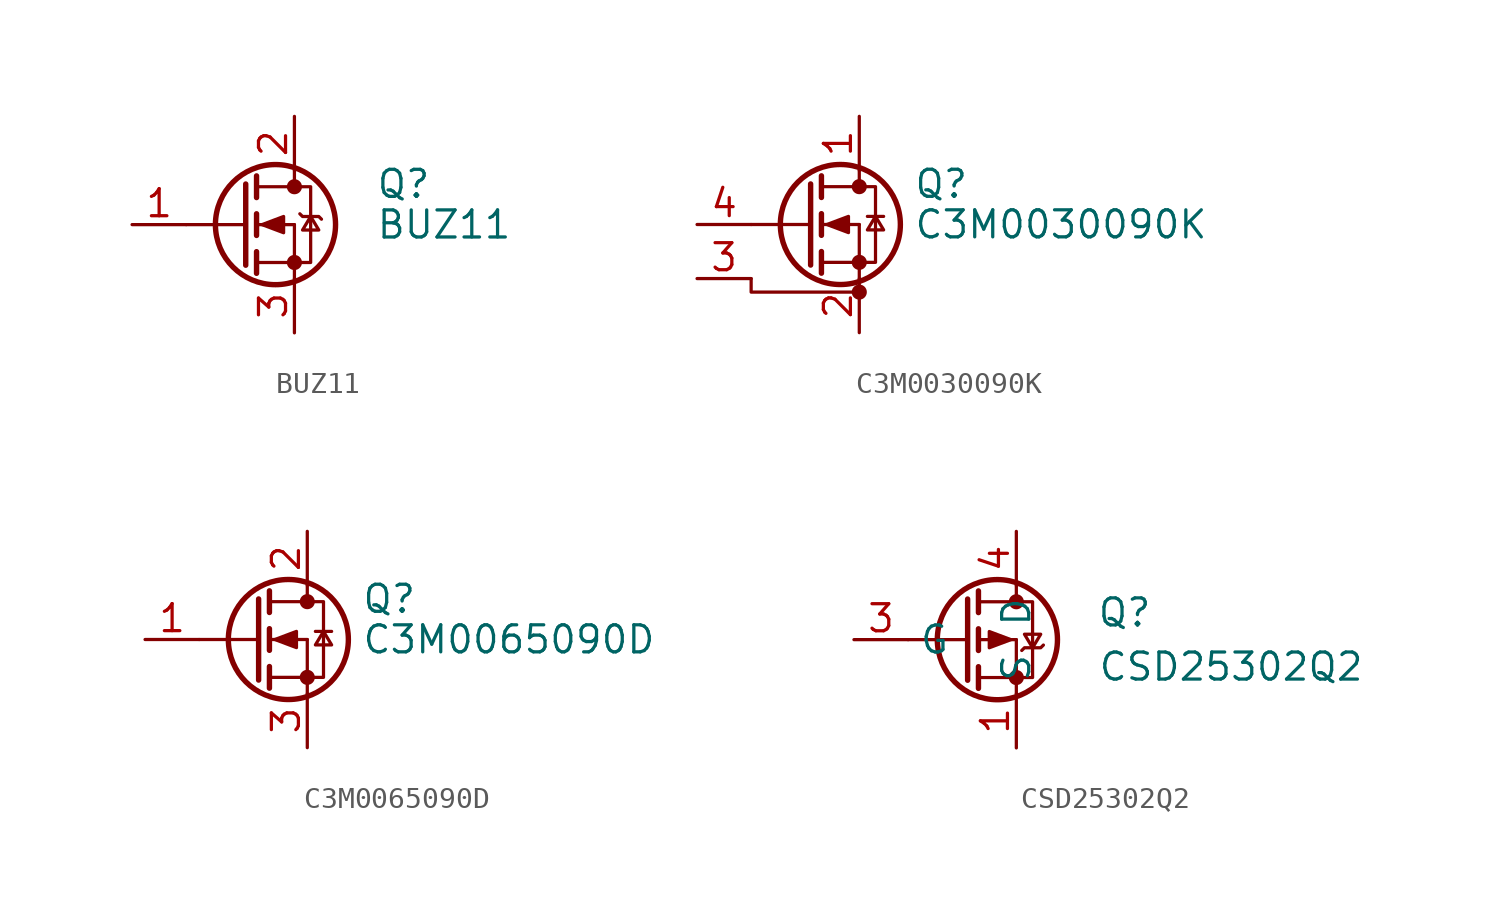
<source format=kicad_sym>
(kicad_symbol_lib
  (version 20201005)
  (generator kicad_symbol_editor)
  (symbol "BUZ11"
    (pin_names
      (offset 0) hide)
    (property "Reference" "Q"
      (at 6.35 1.905 0)
      (effects (font (size 1.27 1.27)) (justify left)))
    (property "Value" "BUZ11"
      (at 6.35 0 0)
      (effects (font (size 1.27 1.27)) (justify left)))
    (symbol "BUZ11_0_1"
      (circle (center 1.651 0) (radius 2.819) (stroke (width 0.254)) (fill (type none)))
      (circle (center 2.54 -1.778) (radius 0.279) (stroke (width 0)) (fill (type outline)))
      (circle (center 2.54 1.778) (radius 0.279) (stroke (width 0)) (fill (type outline)))
      (polyline (pts (xy 0.254 0) (xy -2.54 0)) (stroke (width 0)) (fill (type none)))
      (polyline (pts (xy 0.762 -1.778) (xy 2.54 -1.778)) (stroke (width 0)) (fill (type none)))
      (polyline (pts (xy 0.762 -1.27) (xy 0.762 -2.286)) (stroke (width 0.254)) (fill (type none)))
      (polyline (pts (xy 0.762 0) (xy 2.54 0)) (stroke (width 0)) (fill (type none)))
      (polyline (pts (xy 0.762 0.508) (xy 0.762 -0.508)) (stroke (width 0.254)) (fill (type none)))
      (polyline (pts (xy 0.762 1.778) (xy 2.54 1.778)) (stroke (width 0)) (fill (type none)))
      (polyline (pts (xy 0.762 2.286) (xy 0.762 1.27)) (stroke (width 0.254)) (fill (type none)))
      (polyline (pts (xy 2.54 -1.778) (xy 2.54 -2.54)) (stroke (width 0)) (fill (type none)))
      (polyline (pts (xy 2.54 -1.778) (xy 2.54 0)) (stroke (width 0)) (fill (type none)))
      (polyline (pts (xy 2.54 2.54) (xy 2.54 1.778)) (stroke (width 0)) (fill (type none)))
      (polyline (pts (xy 0.254 1.905) (xy 0.254 -1.905) (xy 0.254 -1.905)) (stroke (width 0.254)) (fill (type none)))
      (polyline (pts (xy 1.016 0) (xy 2.032 0.381) (xy 2.032 -0.381) (xy 1.016 0)) (stroke (width 0)) (fill (type outline)))
      (polyline (pts (xy 2.54 -1.778) (xy 3.302 -1.778) (xy 3.302 1.778) (xy 2.54 1.778)) (stroke (width 0)) (fill (type none)))
      (polyline (pts (xy 2.794 0.508) (xy 2.921 0.381) (xy 3.683 0.381) (xy 3.81 0.254)) (stroke (width 0)) (fill (type none)))
      (polyline (pts (xy 3.302 0.381) (xy 2.921 -0.254) (xy 3.683 -0.254) (xy 3.302 0.381)) (stroke (width 0)) (fill (type none))))
    (symbol "BUZ11_1_1"
      (pin input line (at -5.08 0 0) (length 2.54) (name "G" (effects (font (size 1.27 1.27)))) (number "1" (effects (font (size 1.27 1.27)))))
      (pin passive line (at 2.54 5.08 270) (length 2.54) (name "D" (effects (font (size 1.27 1.27)))) (number "2" (effects (font (size 1.27 1.27)))))
      (pin passive line (at 2.54 -5.08 90) (length 2.54) (name "S" (effects (font (size 1.27 1.27)))) (number "3" (effects (font (size 1.27 1.27)))))))
  (symbol "C3M0030090K"
    (pin_names
      (offset 0) hide)
    (property "Reference" "Q"
      (at 5.08 1.905 0)
      (effects (font (size 1.27 1.27)) (justify left)))
    (property "Value" "C3M0030090K"
      (at 5.08 0 0)
      (effects (font (size 1.27 1.27)) (justify left)))
    (symbol "C3M0030090K_0_1"
      (circle (center 1.651 0) (radius 2.819) (stroke (width 0.254)) (fill (type none)))
      (circle (center 2.54 -3.175) (radius 0.279) (stroke (width 0)) (fill (type outline)))
      (circle (center 2.54 -1.778) (radius 0.279) (stroke (width 0)) (fill (type outline)))
      (circle (center 2.54 1.778) (radius 0.279) (stroke (width 0)) (fill (type outline)))
      (polyline (pts (xy -2.54 0) (xy 0.254 0)) (stroke (width 0)) (fill (type none)))
      (polyline (pts (xy 0.762 -1.778) (xy 2.54 -1.778)) (stroke (width 0)) (fill (type none)))
      (polyline (pts (xy 0.762 -1.27) (xy 0.762 -2.286)) (stroke (width 0.254)) (fill (type none)))
      (polyline (pts (xy 0.762 0) (xy 2.54 0)) (stroke (width 0)) (fill (type none)))
      (polyline (pts (xy 0.762 0.508) (xy 0.762 -0.508)) (stroke (width 0.254)) (fill (type none)))
      (polyline (pts (xy 0.762 1.778) (xy 2.54 1.778)) (stroke (width 0)) (fill (type none)))
      (polyline (pts (xy 0.762 2.286) (xy 0.762 1.27)) (stroke (width 0.254)) (fill (type none)))
      (polyline (pts (xy 2.54 -1.778) (xy 2.54 -2.54)) (stroke (width 0)) (fill (type none)))
      (polyline (pts (xy 2.54 -1.778) (xy 2.54 0)) (stroke (width 0)) (fill (type none)))
      (polyline (pts (xy 2.54 2.54) (xy 2.54 1.778)) (stroke (width 0)) (fill (type none)))
      (polyline (pts (xy 3.683 0.381) (xy 2.921 0.381)) (stroke (width 0)) (fill (type none)))
      (polyline (pts (xy -2.54 -2.54) (xy -2.54 -3.175) (xy 2.54 -3.175)) (stroke (width 0)) (fill (type none)))
      (polyline (pts (xy 0.254 1.905) (xy 0.254 -1.905) (xy 0.254 -1.905)) (stroke (width 0.254)) (fill (type none)))
      (polyline (pts (xy 1.016 0) (xy 2.032 0.381) (xy 2.032 -0.381) (xy 1.016 0)) (stroke (width 0)) (fill (type outline)))
      (polyline (pts (xy 2.54 -1.778) (xy 3.302 -1.778) (xy 3.302 1.778) (xy 2.54 1.778)) (stroke (width 0)) (fill (type none)))
      (polyline (pts (xy 3.302 0.381) (xy 2.921 -0.254) (xy 3.683 -0.254) (xy 3.302 0.381)) (stroke (width 0)) (fill (type none))))
    (symbol "C3M0030090K_1_1"
      (pin passive line (at 2.54 5.08 270) (length 2.54) (name "D" (effects (font (size 1.27 1.27)))) (number "1" (effects (font (size 1.27 1.27)))))
      (pin passive line (at 2.54 -5.08 90) (length 2.54) (name "S" (effects (font (size 1.27 1.27)))) (number "2" (effects (font (size 1.27 1.27)))))
      (pin passive line (at -5.08 -2.54 0) (length 2.54) (name "DS" (effects (font (size 1.27 1.27)))) (number "3" (effects (font (size 1.27 1.27)))))
      (pin input line (at -5.08 0 0) (length 2.54) (name "G" (effects (font (size 1.27 1.27)))) (number "4" (effects (font (size 1.27 1.27)))))))
  (symbol "C3M0065090D"
    (pin_names
      (offset 0) hide)
    (property "Reference" "Q"
      (at 5.08 1.905 0)
      (effects (font (size 1.27 1.27)) (justify left)))
    (property "Value" "C3M0065090D"
      (at 5.08 0 0)
      (effects (font (size 1.27 1.27)) (justify left)))
    (symbol "C3M0065090D_0_1"
      (circle (center 1.651 0) (radius 2.819) (stroke (width 0.254)) (fill (type none)))
      (circle (center 2.54 -1.778) (radius 0.279) (stroke (width 0)) (fill (type outline)))
      (circle (center 2.54 1.778) (radius 0.279) (stroke (width 0)) (fill (type outline)))
      (polyline (pts (xy -2.54 0) (xy 0.254 0)) (stroke (width 0)) (fill (type none)))
      (polyline (pts (xy 0.762 -1.778) (xy 2.54 -1.778)) (stroke (width 0)) (fill (type none)))
      (polyline (pts (xy 0.762 -1.27) (xy 0.762 -2.286)) (stroke (width 0.254)) (fill (type none)))
      (polyline (pts (xy 0.762 0) (xy 2.54 0)) (stroke (width 0)) (fill (type none)))
      (polyline (pts (xy 0.762 0.508) (xy 0.762 -0.508)) (stroke (width 0.254)) (fill (type none)))
      (polyline (pts (xy 0.762 1.778) (xy 2.54 1.778)) (stroke (width 0)) (fill (type none)))
      (polyline (pts (xy 0.762 2.286) (xy 0.762 1.27)) (stroke (width 0.254)) (fill (type none)))
      (polyline (pts (xy 2.54 -1.778) (xy 2.54 -2.54)) (stroke (width 0)) (fill (type none)))
      (polyline (pts (xy 2.54 -1.778) (xy 2.54 0)) (stroke (width 0)) (fill (type none)))
      (polyline (pts (xy 2.54 2.54) (xy 2.54 1.778)) (stroke (width 0)) (fill (type none)))
      (polyline (pts (xy 3.683 0.381) (xy 2.921 0.381)) (stroke (width 0)) (fill (type none)))
      (polyline (pts (xy 0.254 1.905) (xy 0.254 -1.905) (xy 0.254 -1.905)) (stroke (width 0.254)) (fill (type none)))
      (polyline (pts (xy 1.016 0) (xy 2.032 0.381) (xy 2.032 -0.381) (xy 1.016 0)) (stroke (width 0)) (fill (type outline)))
      (polyline (pts (xy 2.54 -1.778) (xy 3.302 -1.778) (xy 3.302 1.778) (xy 2.54 1.778)) (stroke (width 0)) (fill (type none)))
      (polyline (pts (xy 3.302 0.381) (xy 2.921 -0.254) (xy 3.683 -0.254) (xy 3.302 0.381)) (stroke (width 0)) (fill (type none))))
    (symbol "C3M0065090D_1_1"
      (pin input line (at -5.08 0 0) (length 2.54) (name "G" (effects (font (size 1.27 1.27)))) (number "1" (effects (font (size 1.27 1.27)))))
      (pin passive line (at 2.54 5.08 270) (length 2.54) (name "D" (effects (font (size 1.27 1.27)))) (number "2" (effects (font (size 1.27 1.27)))))
      (pin passive line (at 2.54 -5.08 90) (length 2.54) (name "S" (effects (font (size 1.27 1.27)))) (number "3" (effects (font (size 1.27 1.27)))))))
  (symbol "CSD25302Q2"
    (property "Reference" "Q"
      (at 5.08 1.27 0)
      (effects (font (size 1.27 1.27))))
    (property "Value" "CSD25302Q2"
      (at 3.81 -1.27 0)
      (effects (font (size 1.27 1.27)) (justify left)))
    (symbol "CSD25302Q2_1_1"
      (circle (center -0.889 0) (radius 2.819) (stroke (width 0.254)) (fill (type none)))
      (circle (center 0 -1.778) (radius 0.279) (stroke (width 0)) (fill (type outline)))
      (circle (center 0 1.778) (radius 0.279) (stroke (width 0)) (fill (type outline)))
      (polyline (pts (xy -5.08 0) (xy -2.286 0)) (stroke (width 0)) (fill (type none)))
      (polyline (pts (xy -1.778 -1.778) (xy 0 -1.778)) (stroke (width 0)) (fill (type none)))
      (polyline (pts (xy -1.778 -1.27) (xy -1.778 -2.286)) (stroke (width 0.254)) (fill (type none)))
      (polyline (pts (xy -1.778 0) (xy 0 0)) (stroke (width 0)) (fill (type none)))
      (polyline (pts (xy -1.778 0.508) (xy -1.778 -0.508)) (stroke (width 0.254)) (fill (type none)))
      (polyline (pts (xy -1.778 1.778) (xy 0 1.778)) (stroke (width 0)) (fill (type none)))
      (polyline (pts (xy -1.778 2.286) (xy -1.778 1.27)) (stroke (width 0.254)) (fill (type none)))
      (polyline (pts (xy 0 -1.778) (xy 0 -2.54)) (stroke (width 0)) (fill (type none)))
      (polyline (pts (xy 0 -1.778) (xy 0 0)) (stroke (width 0)) (fill (type none)))
      (polyline (pts (xy 0 2.54) (xy 0 1.778)) (stroke (width 0)) (fill (type none)))
      (polyline (pts (xy -2.286 1.905) (xy -2.286 -1.905) (xy -2.286 -1.905)) (stroke (width 0.254)) (fill (type none)))
      (polyline (pts (xy -0.254 0) (xy -1.27 -0.381) (xy -1.27 0.381) (xy -0.254 0)) (stroke (width 0)) (fill (type outline)))
      (polyline (pts (xy 0 -1.778) (xy 0.762 -1.778) (xy 0.762 1.778) (xy 0 1.778)) (stroke (width 0)) (fill (type none)))
      (polyline (pts (xy 0.254 -0.508) (xy 0.381 -0.381) (xy 1.143 -0.381) (xy 1.27 -0.254)) (stroke (width 0)) (fill (type none)))
      (polyline (pts (xy 0.762 -0.381) (xy 0.381 0.254) (xy 1.143 0.254) (xy 0.762 -0.381)) (stroke (width 0)) (fill (type none)))
      (pin passive line (at 0 -5.08 90) (length 2.54) (name "S" (effects (font (size 1.27 1.27)))) (number "1" (effects (font (size 1.27 1.27)))))
      (pin passive line (at 0 -5.08 90) (length 2.54) hide (name "S" (effects (font (size 1.27 1.27)))) (number "2" (effects (font (size 1.27 1.27)))))
      (pin passive line (at -7.62 0 0) (length 2.54) (name "G" (effects (font (size 1.27 1.27)))) (number "3" (effects (font (size 1.27 1.27)))))
      (pin passive line (at 0 5.08 270) (length 2.54) (name "D" (effects (font (size 1.27 1.27)))) (number "4" (effects (font (size 1.27 1.27)))))
      (pin passive line (at 0 -5.08 90) (length 2.54) hide (name "S" (effects (font (size 1.27 1.27)))) (number "5" (effects (font (size 1.27 1.27)))))
      (pin passive line (at 0 -5.08 90) (length 2.54) hide (name "S" (effects (font (size 1.27 1.27)))) (number "6" (effects (font (size 1.27 1.27)))))
      (pin passive line (at 0 5.08 270) (length 2.54) hide (name "D" (effects (font (size 1.27 1.27)))) (number "7" (effects (font (size 1.27 1.27)))))
      (pin passive line (at 0 -5.08 90) (length 2.54) hide (name "S" (effects (font (size 1.27 1.27)))) (number "8" (effects (font (size 1.27 1.27))))))))
</source>
